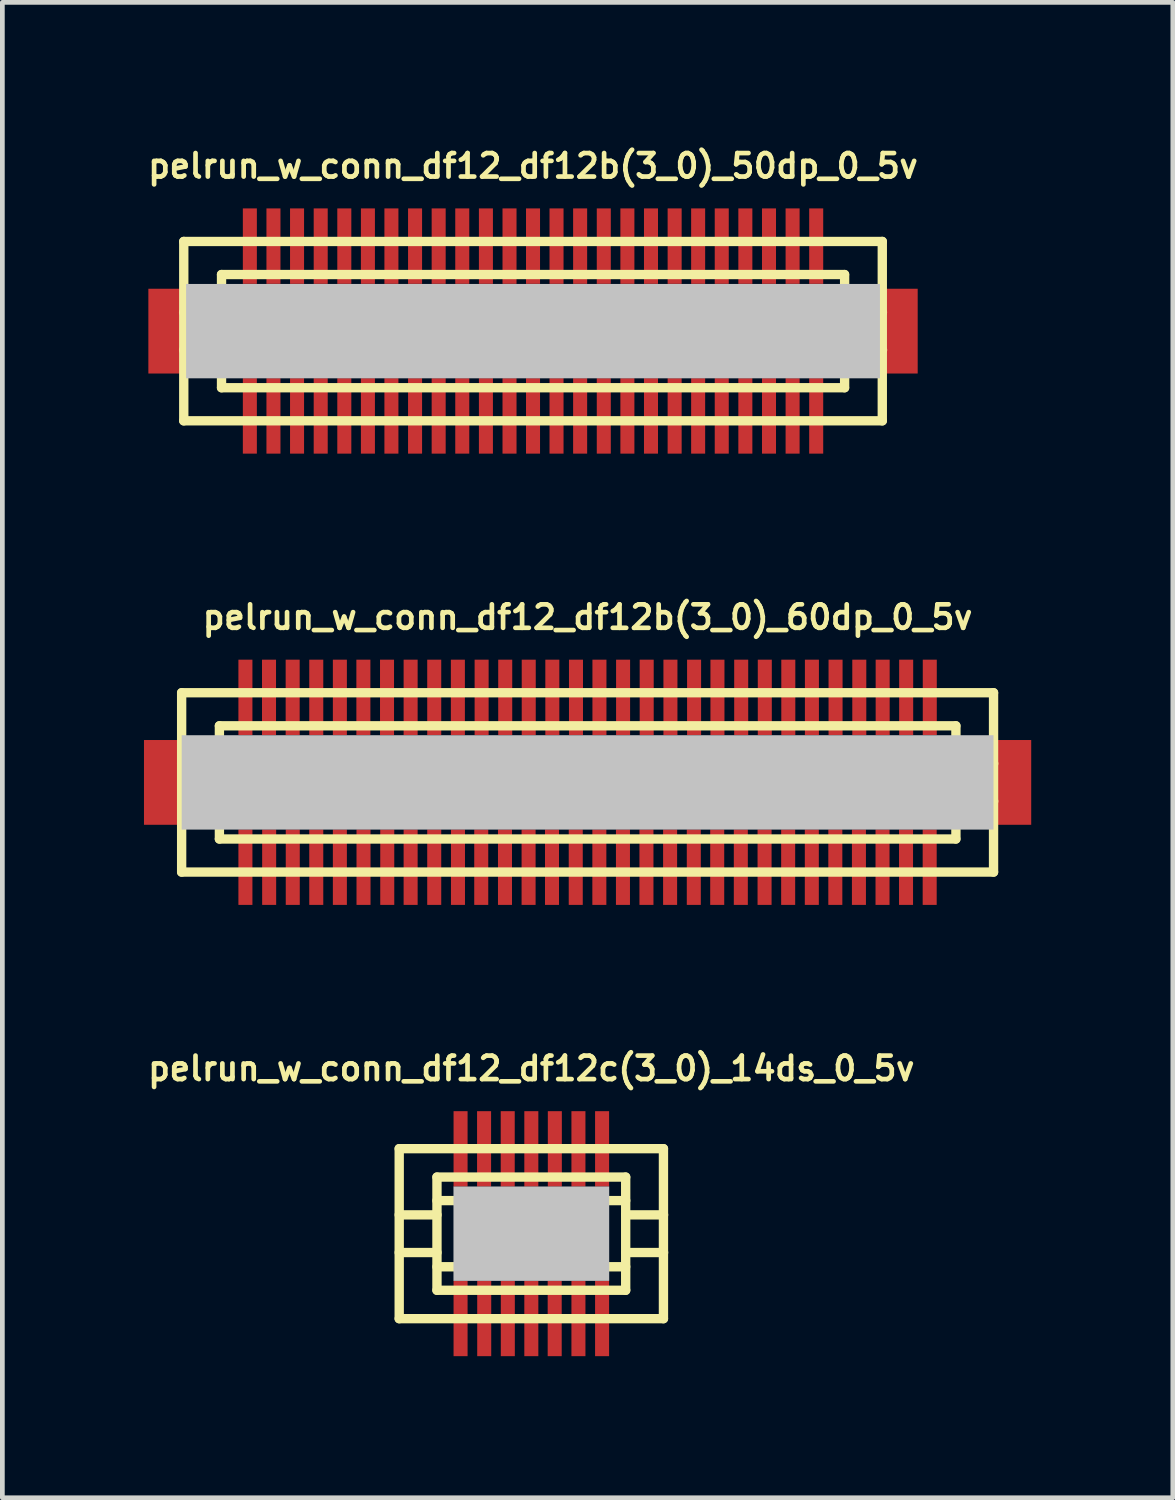
<source format=kicad_pcb>
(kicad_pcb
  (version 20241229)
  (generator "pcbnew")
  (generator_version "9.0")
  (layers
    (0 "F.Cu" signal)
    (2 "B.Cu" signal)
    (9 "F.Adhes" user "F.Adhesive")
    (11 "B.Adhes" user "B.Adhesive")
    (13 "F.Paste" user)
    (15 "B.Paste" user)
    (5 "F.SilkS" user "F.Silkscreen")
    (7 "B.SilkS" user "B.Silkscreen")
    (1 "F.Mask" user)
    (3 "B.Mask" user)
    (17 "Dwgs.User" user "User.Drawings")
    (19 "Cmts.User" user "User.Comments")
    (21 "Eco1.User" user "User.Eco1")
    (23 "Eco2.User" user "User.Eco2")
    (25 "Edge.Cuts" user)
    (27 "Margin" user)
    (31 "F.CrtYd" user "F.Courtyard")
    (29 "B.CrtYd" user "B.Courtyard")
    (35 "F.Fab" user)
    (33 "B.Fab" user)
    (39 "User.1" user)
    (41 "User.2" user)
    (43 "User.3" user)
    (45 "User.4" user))
  (footprint "pelrun_w_conn_df12_df12b(3_0)_60dp_0_5v"
    (layer "F.Cu")
    (at 9.398 13.525)
    (property "Reference" "pelrun_w_conn_df12_df12b(3_0)_60dp_0_5v" (at 0 -3.5 0) (layer "F.SilkS") (effects (font (size 0.498 0.498) (thickness 0.099))))
    (attr through_hole)
    (fp_line (start -8.6 -1.9) (end -8.6 1.9) (stroke (width 0.198) (type solid)) (layer "F.SilkS"))
    (fp_line (start -8.6 1.9) (end 8.6 1.9) (stroke (width 0.198) (type solid)) (layer "F.SilkS"))
    (fp_line (start -7.8 -1.199) (end 7.8 -1.199) (stroke (width 0.198) (type solid)) (layer "F.SilkS"))
    (fp_line (start -7.8 -0.399) (end -8.6 -0.399) (stroke (width 0.198) (type solid)) (layer "F.SilkS"))
    (fp_line (start -7.8 0.399) (end -8.6 0.399) (stroke (width 0.198) (type solid)) (layer "F.SilkS"))
    (fp_line (start -7.8 1.199) (end -7.8 -1.199) (stroke (width 0.198) (type solid)) (layer "F.SilkS"))
    (fp_line (start 7.8 1.199) (end -7.8 1.199) (stroke (width 0.198) (type solid)) (layer "F.SilkS"))
    (fp_line (start 7.803 -1.199) (end 7.803 1.199) (stroke (width 0.198) (type solid)) (layer "F.SilkS"))
    (fp_line (start 7.803 -0.399) (end 8.603 -0.399) (stroke (width 0.198) (type solid)) (layer "F.SilkS"))
    (fp_line (start 8.6 -1.9) (end -8.6 -1.9) (stroke (width 0.198) (type solid)) (layer "F.SilkS"))
    (fp_line (start 8.6 1.9) (end 8.6 -1.9) (stroke (width 0.198) (type solid)) (layer "F.SilkS"))
    (fp_line (start 8.603 0.399) (end 7.803 0.399) (stroke (width 0.198) (type solid)) (layer "F.SilkS"))
    (pad "" smd rect (at -8.999 0) (size 0.798 1.796) (layers "F.Cu" "F.Mask" "F.Paste"))
    (pad "" smd rect (at 0 0) (size 17.198 1.999) (layers "Dwgs.User"))
    (pad "" smd rect (at 8.999 0) (size 0.798 1.796) (layers "F.Cu" "F.Mask" "F.Paste"))
    (pad "1" smd rect (at 7.247 1.796) (size 0.297 1.598) (layers "F.Cu" "F.Mask" "F.Paste"))
    (pad "2" smd rect (at 6.746 1.796) (size 0.297 1.598) (layers "F.Cu" "F.Mask" "F.Paste"))
    (pad "3" smd rect (at 6.248 1.796) (size 0.297 1.598) (layers "F.Cu" "F.Mask" "F.Paste"))
    (pad "4" smd rect (at 5.748 1.796) (size 0.297 1.598) (layers "F.Cu" "F.Mask" "F.Paste"))
    (pad "5" smd rect (at 5.248 1.796) (size 0.297 1.598) (layers "F.Cu" "F.Mask" "F.Paste"))
    (pad "6" smd rect (at 4.75 1.796) (size 0.297 1.598) (layers "F.Cu" "F.Mask" "F.Paste"))
    (pad "7" smd rect (at 4.249 1.796) (size 0.297 1.598) (layers "F.Cu" "F.Mask" "F.Paste"))
    (pad "8" smd rect (at 3.749 1.796) (size 0.297 1.598) (layers "F.Cu" "F.Mask" "F.Paste"))
    (pad "9" smd rect (at 3.246 1.796) (size 0.297 1.598) (layers "F.Cu" "F.Mask" "F.Paste"))
    (pad "10" smd rect (at 2.746 1.796) (size 0.297 1.598) (layers "F.Cu" "F.Mask" "F.Paste"))
    (pad "11" smd rect (at 2.25 1.796) (size 0.297 1.598) (layers "F.Cu" "F.Mask" "F.Paste"))
    (pad "12" smd rect (at 1.748 1.796) (size 0.297 1.598) (layers "F.Cu" "F.Mask" "F.Paste"))
    (pad "13" smd rect (at 1.247 1.796) (size 0.297 1.598) (layers "F.Cu" "F.Mask" "F.Paste"))
    (pad "14" smd rect (at 0.749 1.796) (size 0.297 1.598) (layers "F.Cu" "F.Mask" "F.Paste"))
    (pad "15" smd rect (at 0.249 1.796) (size 0.297 1.598) (layers "F.Cu" "F.Mask" "F.Paste"))
    (pad "16" smd rect (at -0.251 1.796) (size 0.297 1.598) (layers "F.Cu" "F.Mask" "F.Paste"))
    (pad "17" smd rect (at -0.754 1.796) (size 0.297 1.598) (layers "F.Cu" "F.Mask" "F.Paste"))
    (pad "18" smd rect (at -1.25 1.796) (size 0.297 1.598) (layers "F.Cu" "F.Mask" "F.Paste"))
    (pad "19" smd rect (at -1.75 1.796) (size 0.297 1.598) (layers "F.Cu" "F.Mask" "F.Paste"))
    (pad "20" smd rect (at -2.253 1.796) (size 0.297 1.598) (layers "F.Cu" "F.Mask" "F.Paste"))
    (pad "21" smd rect (at -2.746 1.796) (size 0.297 1.598) (layers "F.Cu" "F.Mask" "F.Paste"))
    (pad "22" smd rect (at -3.249 1.796) (size 0.297 1.598) (layers "F.Cu" "F.Mask" "F.Paste"))
    (pad "23" smd rect (at -3.749 1.796) (size 0.297 1.598) (layers "F.Cu" "F.Mask" "F.Paste"))
    (pad "24" smd rect (at -4.244 1.796) (size 0.297 1.598) (layers "F.Cu" "F.Mask" "F.Paste"))
    (pad "25" smd rect (at -4.747 1.796) (size 0.297 1.598) (layers "F.Cu" "F.Mask" "F.Paste"))
    (pad "26" smd rect (at -5.248 1.796) (size 0.297 1.598) (layers "F.Cu" "F.Mask" "F.Paste"))
    (pad "27" smd rect (at -5.748 1.796) (size 0.297 1.598) (layers "F.Cu" "F.Mask" "F.Paste"))
    (pad "28" smd rect (at -6.246 1.796) (size 0.297 1.598) (layers "F.Cu" "F.Mask" "F.Paste"))
    (pad "29" smd rect (at -6.746 1.796) (size 0.297 1.598) (layers "F.Cu" "F.Mask" "F.Paste"))
    (pad "30" smd rect (at -7.249 1.796) (size 0.297 1.598) (layers "F.Cu" "F.Mask" "F.Paste"))
    (pad "31" smd rect (at -7.249 -1.801) (size 0.297 1.598) (layers "F.Cu" "F.Mask" "F.Paste"))
    (pad "32" smd rect (at -6.749 -1.801) (size 0.297 1.598) (layers "F.Cu" "F.Mask" "F.Paste"))
    (pad "33" smd rect (at -6.248 -1.801) (size 0.297 1.598) (layers "F.Cu" "F.Mask" "F.Paste"))
    (pad "34" smd rect (at -5.748 -1.801) (size 0.297 1.598) (layers "F.Cu" "F.Mask" "F.Paste"))
    (pad "35" smd rect (at -5.248 -1.801) (size 0.297 1.598) (layers "F.Cu" "F.Mask" "F.Paste"))
    (pad "36" smd rect (at -4.75 -1.801) (size 0.297 1.598) (layers "F.Cu" "F.Mask" "F.Paste"))
    (pad "37" smd rect (at -4.249 -1.801) (size 0.297 1.598) (layers "F.Cu" "F.Mask" "F.Paste"))
    (pad "38" smd rect (at -3.749 -1.801) (size 0.297 1.598) (layers "F.Cu" "F.Mask" "F.Paste"))
    (pad "39" smd rect (at -3.249 -1.801) (size 0.297 1.598) (layers "F.Cu" "F.Mask" "F.Paste"))
    (pad "40" smd rect (at -2.748 -1.801) (size 0.297 1.598) (layers "F.Cu" "F.Mask" "F.Paste"))
    (pad "41" smd rect (at -2.245 -1.801) (size 0.297 1.598) (layers "F.Cu" "F.Mask" "F.Paste"))
    (pad "42" smd rect (at -1.745 -1.801) (size 0.297 1.598) (layers "F.Cu" "F.Mask" "F.Paste"))
    (pad "43" smd rect (at -1.247 -1.801) (size 0.297 1.598) (layers "F.Cu" "F.Mask" "F.Paste"))
    (pad "44" smd rect (at -0.747 -1.801) (size 0.297 1.598) (layers "F.Cu" "F.Mask" "F.Paste"))
    (pad "45" smd rect (at -0.246 -1.801) (size 0.297 1.598) (layers "F.Cu" "F.Mask" "F.Paste"))
    (pad "46" smd rect (at 0.251 -1.801) (size 0.297 1.598) (layers "F.Cu" "F.Mask" "F.Paste"))
    (pad "47" smd rect (at 0.752 -1.801) (size 0.297 1.598) (layers "F.Cu" "F.Mask" "F.Paste"))
    (pad "48" smd rect (at 1.252 -1.801) (size 0.297 1.598) (layers "F.Cu" "F.Mask" "F.Paste"))
    (pad "49" smd rect (at 1.755 -1.801) (size 0.297 1.598) (layers "F.Cu" "F.Mask" "F.Paste"))
    (pad "50" smd rect (at 2.256 -1.801) (size 0.297 1.598) (layers "F.Cu" "F.Mask" "F.Paste"))
    (pad "51" smd rect (at 2.751 -1.801) (size 0.297 1.598) (layers "F.Cu" "F.Mask" "F.Paste"))
    (pad "52" smd rect (at 3.254 -1.801) (size 0.297 1.598) (layers "F.Cu" "F.Mask" "F.Paste"))
    (pad "53" smd rect (at 3.754 -1.801) (size 0.297 1.598) (layers "F.Cu" "F.Mask" "F.Paste"))
    (pad "54" smd rect (at 4.252 -1.801) (size 0.297 1.598) (layers "F.Cu" "F.Mask" "F.Paste"))
    (pad "55" smd rect (at 4.752 -1.801) (size 0.297 1.598) (layers "F.Cu" "F.Mask" "F.Paste"))
    (pad "56" smd rect (at 5.253 -1.801) (size 0.297 1.598) (layers "F.Cu" "F.Mask" "F.Paste"))
    (pad "57" smd rect (at 5.756 -1.801) (size 0.297 1.598) (layers "F.Cu" "F.Mask" "F.Paste"))
    (pad "58" smd rect (at 6.251 -1.801) (size 0.297 1.598) (layers "F.Cu" "F.Mask" "F.Paste"))
    (pad "59" smd rect (at 6.749 -1.801) (size 0.297 1.598) (layers "F.Cu" "F.Mask" "F.Paste"))
    (pad "60" smd rect (at 7.249 -1.801) (size 0.297 1.598) (layers "F.Cu" "F.Mask" "F.Paste")))
  (footprint "pelrun_w_conn_df12_df12c(3_0)_14ds_0_5v"
    (layer "F.Cu")
    (at 8.206 23.085)
    (property "Reference" "pelrun_w_conn_df12_df12c(3_0)_14ds_0_5v" (at 0 -3.5 0) (layer "F.SilkS") (effects (font (size 0.498 0.498) (thickness 0.099))))
    (attr through_hole)
    (fp_line (start -2.799 -1.801) (end 2.799 -1.801) (stroke (width 0.198) (type solid)) (layer "F.SilkS"))
    (fp_line (start -2.799 1.801) (end -2.799 -1.801) (stroke (width 0.198) (type solid)) (layer "F.SilkS"))
    (fp_line (start -1.999 -0.701) (end 1.999 -0.701) (stroke (width 0.198) (type solid)) (layer "F.SilkS"))
    (fp_line (start -1.999 -0.399) (end -2.799 -0.399) (stroke (width 0.198) (type solid)) (layer "F.SilkS"))
    (fp_line (start -1.999 0.399) (end -2.799 0.399) (stroke (width 0.198) (type solid)) (layer "F.SilkS"))
    (fp_line (start -1.999 1.199) (end -1.999 -1.199) (stroke (width 0.198) (type solid)) (layer "F.SilkS"))
    (fp_line (start -1.999 1.199) (end 1.999 1.199) (stroke (width 0.198) (type solid)) (layer "F.SilkS"))
    (fp_line (start 1.999 -1.199) (end -1.999 -1.199) (stroke (width 0.198) (type solid)) (layer "F.SilkS"))
    (fp_line (start 1.999 -1.199) (end 1.999 1.199) (stroke (width 0.198) (type solid)) (layer "F.SilkS"))
    (fp_line (start 1.999 0.701) (end -1.999 0.701) (stroke (width 0.198) (type solid)) (layer "F.SilkS"))
    (fp_line (start 2.002 -0.399) (end 2.802 -0.399) (stroke (width 0.198) (type solid)) (layer "F.SilkS"))
    (fp_line (start 2.799 -1.801) (end 2.799 1.801) (stroke (width 0.198) (type solid)) (layer "F.SilkS"))
    (fp_line (start 2.799 1.801) (end -2.799 1.801) (stroke (width 0.198) (type solid)) (layer "F.SilkS"))
    (fp_line (start 2.802 0.399) (end 2.002 0.399) (stroke (width 0.198) (type solid)) (layer "F.SilkS"))
    (pad "" smd rect (at 0 0) (size 3.299 1.999) (layers "Dwgs.User"))
    (pad "1" smd rect (at -1.499 1.796) (size 0.297 1.598) (layers "F.Cu" "F.Mask" "F.Paste"))
    (pad "2" smd rect (at -0.998 1.796) (size 0.297 1.598) (layers "F.Cu" "F.Mask" "F.Paste"))
    (pad "3" smd rect (at -0.498 1.796) (size 0.297 1.598) (layers "F.Cu" "F.Mask" "F.Paste"))
    (pad "4" smd rect (at 0 1.796) (size 0.297 1.598) (layers "F.Cu" "F.Mask" "F.Paste"))
    (pad "5" smd rect (at 0.495 1.796) (size 0.297 1.598) (layers "F.Cu" "F.Mask" "F.Paste"))
    (pad "6" smd rect (at 0.998 1.796) (size 0.297 1.598) (layers "F.Cu" "F.Mask" "F.Paste"))
    (pad "7" smd rect (at 1.499 1.796) (size 0.297 1.598) (layers "F.Cu" "F.Mask" "F.Paste"))
    (pad "8" smd rect (at 1.499 -1.796) (size 0.297 1.598) (layers "F.Cu" "F.Mask" "F.Paste"))
    (pad "9" smd rect (at 0.998 -1.796) (size 0.297 1.598) (layers "F.Cu" "F.Mask" "F.Paste"))
    (pad "10" smd rect (at 0.498 -1.796) (size 0.297 1.598) (layers "F.Cu" "F.Mask" "F.Paste"))
    (pad "11" smd rect (at 0 -1.796) (size 0.297 1.598) (layers "F.Cu" "F.Mask" "F.Paste"))
    (pad "12" smd rect (at -0.5 -1.796) (size 0.297 1.598) (layers "F.Cu" "F.Mask" "F.Paste"))
    (pad "13" smd rect (at -1.001 -1.796) (size 0.297 1.598) (layers "F.Cu" "F.Mask" "F.Paste"))
    (pad "14" smd rect (at -1.499 -1.796) (size 0.297 1.598) (layers "F.Cu" "F.Mask" "F.Paste")))
  (footprint "pelrun_w_conn_df12_df12b(3_0)_50dp_0_5v"
    (layer "F.Cu")
    (at 8.242 3.965)
    (property "Reference" "pelrun_w_conn_df12_df12b(3_0)_50dp_0_5v" (at 0 -3.5 0) (layer "F.SilkS") (effects (font (size 0.498 0.498) (thickness 0.099))))
    (attr through_hole)
    (fp_line (start -7.399 -1.9) (end -7.399 1.9) (stroke (width 0.198) (type solid)) (layer "F.SilkS"))
    (fp_line (start -7.399 1.9) (end 7.399 1.9) (stroke (width 0.198) (type solid)) (layer "F.SilkS"))
    (fp_line (start -6.601 -0.399) (end -7.402 -0.399) (stroke (width 0.198) (type solid)) (layer "F.SilkS"))
    (fp_line (start -6.601 0.399) (end -7.402 0.399) (stroke (width 0.198) (type solid)) (layer "F.SilkS"))
    (fp_line (start -6.599 -1.199) (end 6.599 -1.199) (stroke (width 0.198) (type solid)) (layer "F.SilkS"))
    (fp_line (start -6.599 1.199) (end -6.599 -1.199) (stroke (width 0.198) (type solid)) (layer "F.SilkS"))
    (fp_line (start 6.599 1.199) (end -6.599 1.199) (stroke (width 0.198) (type solid)) (layer "F.SilkS"))
    (fp_line (start 6.601 -1.199) (end 6.601 1.199) (stroke (width 0.198) (type solid)) (layer "F.SilkS"))
    (fp_line (start 6.601 -0.399) (end 7.402 -0.399) (stroke (width 0.198) (type solid)) (layer "F.SilkS"))
    (fp_line (start 7.399 -1.9) (end -7.399 -1.9) (stroke (width 0.198) (type solid)) (layer "F.SilkS"))
    (fp_line (start 7.399 1.9) (end 7.399 -1.9) (stroke (width 0.198) (type solid)) (layer "F.SilkS"))
    (fp_line (start 7.404 0.399) (end 6.604 0.399) (stroke (width 0.198) (type solid)) (layer "F.SilkS"))
    (pad "" smd rect (at -7.75 0) (size 0.798 1.796) (layers "F.Cu" "F.Mask" "F.Paste"))
    (pad "" smd rect (at 0 0) (size 14.699 1.999) (layers "Dwgs.User"))
    (pad "" smd rect (at 7.75 0) (size 0.798 1.796) (layers "F.Cu" "F.Mask" "F.Paste"))
    (pad "1" smd rect (at 5.999 1.796) (size 0.297 1.598) (layers "F.Cu" "F.Mask" "F.Paste"))
    (pad "2" smd rect (at 5.499 1.796) (size 0.297 1.598) (layers "F.Cu" "F.Mask" "F.Paste"))
    (pad "3" smd rect (at 4.999 1.796) (size 0.297 1.598) (layers "F.Cu" "F.Mask" "F.Paste"))
    (pad "4" smd rect (at 4.498 1.796) (size 0.297 1.598) (layers "F.Cu" "F.Mask" "F.Paste"))
    (pad "5" smd rect (at 3.998 1.796) (size 0.297 1.598) (layers "F.Cu" "F.Mask" "F.Paste"))
    (pad "6" smd rect (at 3.498 1.796) (size 0.297 1.598) (layers "F.Cu" "F.Mask" "F.Paste"))
    (pad "7" smd rect (at 3 1.796) (size 0.297 1.598) (layers "F.Cu" "F.Mask" "F.Paste"))
    (pad "8" smd rect (at 2.499 1.796) (size 0.297 1.598) (layers "F.Cu" "F.Mask" "F.Paste"))
    (pad "9" smd rect (at 1.999 1.796) (size 0.297 1.598) (layers "F.Cu" "F.Mask" "F.Paste"))
    (pad "10" smd rect (at 1.499 1.796) (size 0.297 1.598) (layers "F.Cu" "F.Mask" "F.Paste"))
    (pad "11" smd rect (at 0.998 1.796) (size 0.297 1.598) (layers "F.Cu" "F.Mask" "F.Paste"))
    (pad "12" smd rect (at 0.498 1.796) (size 0.297 1.598) (layers "F.Cu" "F.Mask" "F.Paste"))
    (pad "13" smd rect (at 0 1.796) (size 0.297 1.598) (layers "F.Cu" "F.Mask" "F.Paste"))
    (pad "14" smd rect (at -0.498 1.796) (size 0.297 1.598) (layers "F.Cu" "F.Mask" "F.Paste"))
    (pad "15" smd rect (at -0.998 1.796) (size 0.297 1.598) (layers "F.Cu" "F.Mask" "F.Paste"))
    (pad "16" smd rect (at -1.499 1.796) (size 0.297 1.598) (layers "F.Cu" "F.Mask" "F.Paste"))
    (pad "17" smd rect (at -1.999 1.796) (size 0.297 1.598) (layers "F.Cu" "F.Mask" "F.Paste"))
    (pad "18" smd rect (at -2.499 1.796) (size 0.297 1.598) (layers "F.Cu" "F.Mask" "F.Paste"))
    (pad "19" smd rect (at -3 1.796) (size 0.297 1.598) (layers "F.Cu" "F.Mask" "F.Paste"))
    (pad "20" smd rect (at -3.498 1.796) (size 0.297 1.598) (layers "F.Cu" "F.Mask" "F.Paste"))
    (pad "21" smd rect (at -3.998 1.796) (size 0.297 1.598) (layers "F.Cu" "F.Mask" "F.Paste"))
    (pad "22" smd rect (at -4.498 1.796) (size 0.297 1.598) (layers "F.Cu" "F.Mask" "F.Paste"))
    (pad "23" smd rect (at -4.999 1.796) (size 0.297 1.598) (layers "F.Cu" "F.Mask" "F.Paste"))
    (pad "24" smd rect (at -5.499 1.796) (size 0.297 1.598) (layers "F.Cu" "F.Mask" "F.Paste"))
    (pad "25" smd rect (at -5.999 1.796) (size 0.297 1.598) (layers "F.Cu" "F.Mask" "F.Paste"))
    (pad "26" smd rect (at -5.999 -1.801) (size 0.297 1.598) (layers "F.Cu" "F.Mask" "F.Paste"))
    (pad "27" smd rect (at -5.499 -1.801) (size 0.297 1.598) (layers "F.Cu" "F.Mask" "F.Paste"))
    (pad "28" smd rect (at -4.999 -1.801) (size 0.297 1.598) (layers "F.Cu" "F.Mask" "F.Paste"))
    (pad "29" smd rect (at -4.498 -1.801) (size 0.297 1.598) (layers "F.Cu" "F.Mask" "F.Paste"))
    (pad "30" smd rect (at -3.998 -1.801) (size 0.297 1.598) (layers "F.Cu" "F.Mask" "F.Paste"))
    (pad "31" smd rect (at -3.498 -1.801) (size 0.297 1.598) (layers "F.Cu" "F.Mask" "F.Paste"))
    (pad "32" smd rect (at -3 -1.801) (size 0.297 1.598) (layers "F.Cu" "F.Mask" "F.Paste"))
    (pad "33" smd rect (at -2.499 -1.801) (size 0.297 1.598) (layers "F.Cu" "F.Mask" "F.Paste"))
    (pad "34" smd rect (at -1.999 -1.801) (size 0.297 1.598) (layers "F.Cu" "F.Mask" "F.Paste"))
    (pad "35" smd rect (at -1.499 -1.801) (size 0.297 1.598) (layers "F.Cu" "F.Mask" "F.Paste"))
    (pad "36" smd rect (at -0.998 -1.801) (size 0.297 1.598) (layers "F.Cu" "F.Mask" "F.Paste"))
    (pad "37" smd rect (at -0.498 -1.801) (size 0.297 1.598) (layers "F.Cu" "F.Mask" "F.Paste"))
    (pad "38" smd rect (at 0 -1.801) (size 0.297 1.598) (layers "F.Cu" "F.Mask" "F.Paste"))
    (pad "39" smd rect (at 0.498 -1.801) (size 0.297 1.598) (layers "F.Cu" "F.Mask" "F.Paste"))
    (pad "40" smd rect (at 0.998 -1.801) (size 0.297 1.598) (layers "F.Cu" "F.Mask" "F.Paste"))
    (pad "41" smd rect (at 1.499 -1.801) (size 0.297 1.598) (layers "F.Cu" "F.Mask" "F.Paste"))
    (pad "42" smd rect (at 1.999 -1.801) (size 0.297 1.598) (layers "F.Cu" "F.Mask" "F.Paste"))
    (pad "43" smd rect (at 2.499 -1.801) (size 0.297 1.598) (layers "F.Cu" "F.Mask" "F.Paste"))
    (pad "44" smd rect (at 3 -1.801) (size 0.297 1.598) (layers "F.Cu" "F.Mask" "F.Paste"))
    (pad "45" smd rect (at 3.498 -1.801) (size 0.297 1.598) (layers "F.Cu" "F.Mask" "F.Paste"))
    (pad "46" smd rect (at 3.998 -1.801) (size 0.297 1.598) (layers "F.Cu" "F.Mask" "F.Paste"))
    (pad "47" smd rect (at 4.498 -1.801) (size 0.297 1.598) (layers "F.Cu" "F.Mask" "F.Paste"))
    (pad "48" smd rect (at 4.999 -1.801) (size 0.297 1.598) (layers "F.Cu" "F.Mask" "F.Paste"))
    (pad "49" smd rect (at 5.499 -1.801) (size 0.297 1.598) (layers "F.Cu" "F.Mask" "F.Paste"))
    (pad "50" smd rect (at 5.999 -1.801) (size 0.297 1.598) (layers "F.Cu" "F.Mask" "F.Paste")))
  (gr_rect
    (start -3 -3)
    (end 21.796 28.679)
    (stroke (width 0.1) (type default))
    (fill no)
    (layer "Edge.Cuts")))
</source>
